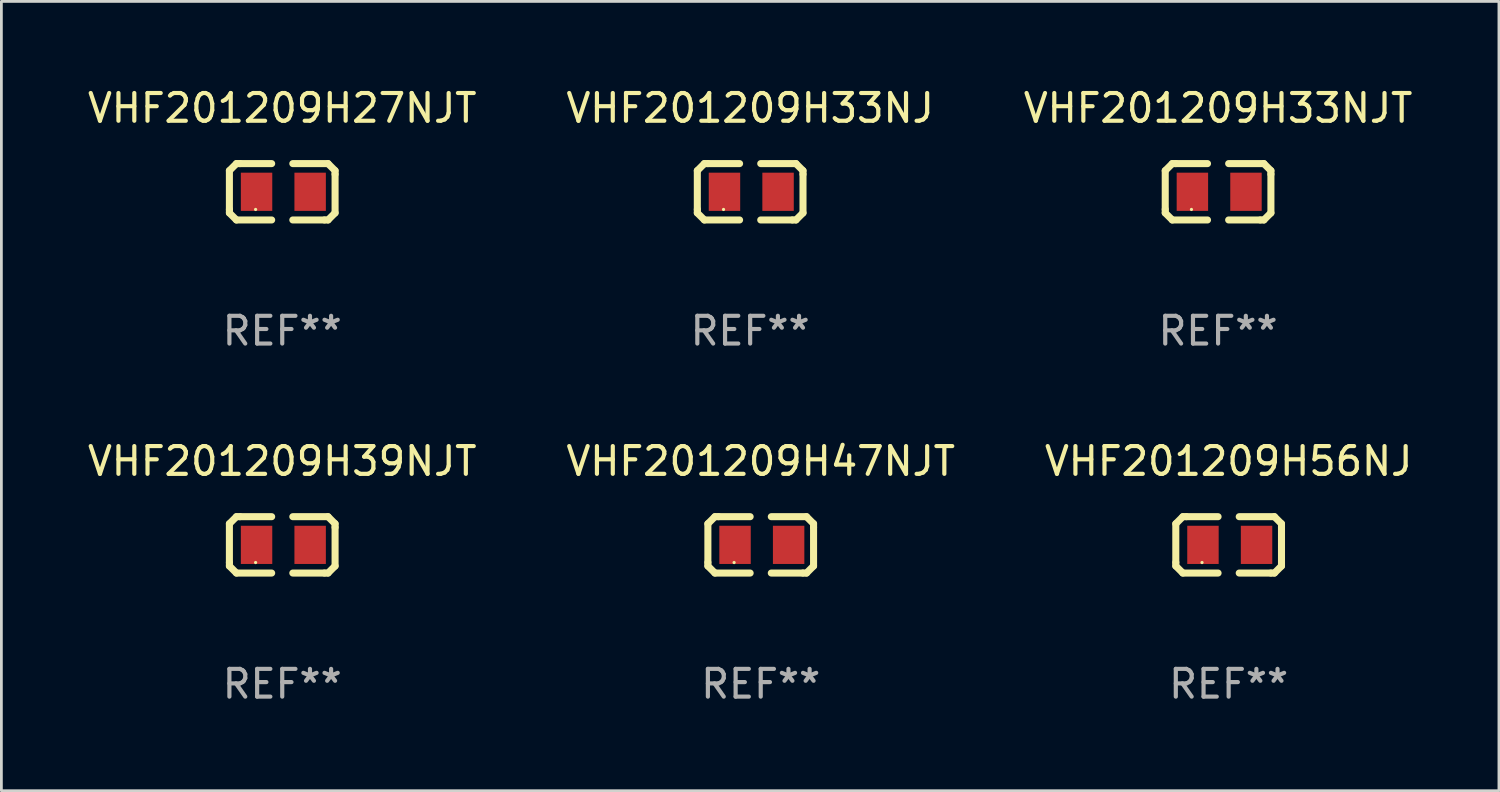
<source format=kicad_pcb>
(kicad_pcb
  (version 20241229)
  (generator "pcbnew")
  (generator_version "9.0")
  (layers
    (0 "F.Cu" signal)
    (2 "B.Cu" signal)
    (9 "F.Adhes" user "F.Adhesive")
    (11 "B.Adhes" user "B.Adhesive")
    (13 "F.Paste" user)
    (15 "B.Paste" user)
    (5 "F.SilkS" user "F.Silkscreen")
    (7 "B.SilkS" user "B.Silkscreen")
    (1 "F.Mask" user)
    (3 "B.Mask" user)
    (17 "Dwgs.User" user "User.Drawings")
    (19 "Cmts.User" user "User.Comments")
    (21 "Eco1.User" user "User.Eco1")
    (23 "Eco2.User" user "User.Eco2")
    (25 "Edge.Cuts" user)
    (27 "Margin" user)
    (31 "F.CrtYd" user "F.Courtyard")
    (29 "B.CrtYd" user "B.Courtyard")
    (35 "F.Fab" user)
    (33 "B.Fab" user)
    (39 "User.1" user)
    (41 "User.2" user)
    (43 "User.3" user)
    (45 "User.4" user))
  (footprint "VHF201209H27NJT"
    (layer "F.Cu")
    (at 7.125 3.864)
    (property "Reference" "VHF201209H27NJT" (at 0 -3.016 0) (layer "F.SilkS") (effects (font (size 1 1) (thickness 0.15))))
    (attr through_hole)
    (fp_line (start -1.905 -0.762) (end -1.905 0.635) (stroke (width 0.254) (type solid)) (layer "F.SilkS"))
    (fp_line (start -1.905 0.635) (end -1.905 0.762) (stroke (width 0.254) (type solid)) (layer "F.SilkS"))
    (fp_line (start -1.905 0.762) (end -1.651 1.016) (stroke (width 0.254) (type solid)) (layer "F.SilkS"))
    (fp_line (start -1.651 -1.016) (end -1.905 -0.762) (stroke (width 0.254) (type solid)) (layer "F.SilkS"))
    (fp_line (start -1.651 1.016) (end -0.381 1.016) (stroke (width 0.254) (type solid)) (layer "F.SilkS"))
    (fp_line (start -1.524 -1.016) (end -1.651 -1.016) (stroke (width 0.254) (type solid)) (layer "F.SilkS"))
    (fp_line (start -0.381 -1.016) (end -1.524 -1.016) (stroke (width 0.254) (type solid)) (layer "F.SilkS"))
    (fp_line (start 0.381 1.016) (end 1.524 1.016) (stroke (width 0.254) (type solid)) (layer "F.SilkS"))
    (fp_line (start 1.524 1.016) (end 1.651 1.016) (stroke (width 0.254) (type solid)) (layer "F.SilkS"))
    (fp_line (start 1.651 -1.016) (end 0.381 -1.016) (stroke (width 0.254) (type solid)) (layer "F.SilkS"))
    (fp_line (start 1.651 1.016) (end 1.905 0.762) (stroke (width 0.254) (type solid)) (layer "F.SilkS"))
    (fp_line (start 1.905 -0.762) (end 1.651 -1.016) (stroke (width 0.254) (type solid)) (layer "F.SilkS"))
    (fp_line (start 1.905 -0.635) (end 1.905 -0.762) (stroke (width 0.254) (type solid)) (layer "F.SilkS"))
    (fp_line (start 1.905 0.762) (end 1.905 -0.635) (stroke (width 0.254) (type solid)) (layer "F.SilkS"))
    (fp_circle (center -0.96 0.637) (end -0.93 0.637) (stroke (width 0.06) (type solid)) (fill no) (layer "F.SilkS"))
    (fp_text user "REF**" (at 0 5.016 0) (layer "F.Fab") (effects (font (size 1 1) (thickness 0.15))))
    (pad "1" smd rect (at -0.926 -0.000051) (size 1.133 1.377) (layers "F.Cu" "F.Mask" "F.Paste"))
    (pad "2" smd rect (at 1.006 -0.000051) (size 1.133 1.377) (layers "F.Cu" "F.Mask" "F.Paste")))
  (footprint "VHF201209H47NJT"
    (layer "F.Cu")
    (at 24.375 16.593)
    (property "Reference" "VHF201209H47NJT" (at 0 -3.016 0) (layer "F.SilkS") (effects (font (size 1 1) (thickness 0.15))))
    (attr through_hole)
    (fp_line (start -1.905 -0.762) (end -1.905 0.635) (stroke (width 0.254) (type solid)) (layer "F.SilkS"))
    (fp_line (start -1.905 0.635) (end -1.905 0.762) (stroke (width 0.254) (type solid)) (layer "F.SilkS"))
    (fp_line (start -1.905 0.762) (end -1.651 1.016) (stroke (width 0.254) (type solid)) (layer "F.SilkS"))
    (fp_line (start -1.651 -1.016) (end -1.905 -0.762) (stroke (width 0.254) (type solid)) (layer "F.SilkS"))
    (fp_line (start -1.651 1.016) (end -0.381 1.016) (stroke (width 0.254) (type solid)) (layer "F.SilkS"))
    (fp_line (start -1.524 -1.016) (end -1.651 -1.016) (stroke (width 0.254) (type solid)) (layer "F.SilkS"))
    (fp_line (start -0.381 -1.016) (end -1.524 -1.016) (stroke (width 0.254) (type solid)) (layer "F.SilkS"))
    (fp_line (start 0.381 1.016) (end 1.524 1.016) (stroke (width 0.254) (type solid)) (layer "F.SilkS"))
    (fp_line (start 1.524 1.016) (end 1.651 1.016) (stroke (width 0.254) (type solid)) (layer "F.SilkS"))
    (fp_line (start 1.651 -1.016) (end 0.381 -1.016) (stroke (width 0.254) (type solid)) (layer "F.SilkS"))
    (fp_line (start 1.651 1.016) (end 1.905 0.762) (stroke (width 0.254) (type solid)) (layer "F.SilkS"))
    (fp_line (start 1.905 -0.762) (end 1.651 -1.016) (stroke (width 0.254) (type solid)) (layer "F.SilkS"))
    (fp_line (start 1.905 -0.635) (end 1.905 -0.762) (stroke (width 0.254) (type solid)) (layer "F.SilkS"))
    (fp_line (start 1.905 0.762) (end 1.905 -0.635) (stroke (width 0.254) (type solid)) (layer "F.SilkS"))
    (fp_circle (center -0.96 0.637) (end -0.93 0.637) (stroke (width 0.06) (type solid)) (fill no) (layer "F.SilkS"))
    (fp_text user "REF**" (at 0 5.016 0) (layer "F.Fab") (effects (font (size 1 1) (thickness 0.15))))
    (pad "1" smd rect (at -0.926 -0.000051) (size 1.133 1.377) (layers "F.Cu" "F.Mask" "F.Paste"))
    (pad "2" smd rect (at 1.006 -0.000051) (size 1.133 1.377) (layers "F.Cu" "F.Mask" "F.Paste")))
  (footprint "VHF201209H33NJ"
    (layer "F.Cu")
    (at 23.994 3.864)
    (property "Reference" "VHF201209H33NJ" (at 0 -3.016 0) (layer "F.SilkS") (effects (font (size 1 1) (thickness 0.15))))
    (attr through_hole)
    (fp_line (start -1.905 -0.762) (end -1.905 0.635) (stroke (width 0.254) (type solid)) (layer "F.SilkS"))
    (fp_line (start -1.905 0.635) (end -1.905 0.762) (stroke (width 0.254) (type solid)) (layer "F.SilkS"))
    (fp_line (start -1.905 0.762) (end -1.651 1.016) (stroke (width 0.254) (type solid)) (layer "F.SilkS"))
    (fp_line (start -1.651 -1.016) (end -1.905 -0.762) (stroke (width 0.254) (type solid)) (layer "F.SilkS"))
    (fp_line (start -1.651 1.016) (end -0.381 1.016) (stroke (width 0.254) (type solid)) (layer "F.SilkS"))
    (fp_line (start -1.524 -1.016) (end -1.651 -1.016) (stroke (width 0.254) (type solid)) (layer "F.SilkS"))
    (fp_line (start -0.381 -1.016) (end -1.524 -1.016) (stroke (width 0.254) (type solid)) (layer "F.SilkS"))
    (fp_line (start 0.381 1.016) (end 1.524 1.016) (stroke (width 0.254) (type solid)) (layer "F.SilkS"))
    (fp_line (start 1.524 1.016) (end 1.651 1.016) (stroke (width 0.254) (type solid)) (layer "F.SilkS"))
    (fp_line (start 1.651 -1.016) (end 0.381 -1.016) (stroke (width 0.254) (type solid)) (layer "F.SilkS"))
    (fp_line (start 1.651 1.016) (end 1.905 0.762) (stroke (width 0.254) (type solid)) (layer "F.SilkS"))
    (fp_line (start 1.905 -0.762) (end 1.651 -1.016) (stroke (width 0.254) (type solid)) (layer "F.SilkS"))
    (fp_line (start 1.905 -0.635) (end 1.905 -0.762) (stroke (width 0.254) (type solid)) (layer "F.SilkS"))
    (fp_line (start 1.905 0.762) (end 1.905 -0.635) (stroke (width 0.254) (type solid)) (layer "F.SilkS"))
    (fp_circle (center -0.96 0.637) (end -0.93 0.637) (stroke (width 0.06) (type solid)) (fill no) (layer "F.SilkS"))
    (fp_text user "REF**" (at 0 5.016 0) (layer "F.Fab") (effects (font (size 1 1) (thickness 0.15))))
    (pad "1" smd rect (at -0.926 -0.000051) (size 1.133 1.377) (layers "F.Cu" "F.Mask" "F.Paste"))
    (pad "2" smd rect (at 1.006 -0.000051) (size 1.133 1.377) (layers "F.Cu" "F.Mask" "F.Paste")))
  (footprint "VHF201209H56NJ"
    (layer "F.Cu")
    (at 41.244 16.593)
    (property "Reference" "VHF201209H56NJ" (at 0 -3.016 0) (layer "F.SilkS") (effects (font (size 1 1) (thickness 0.15))))
    (attr through_hole)
    (fp_line (start -1.905 -0.762) (end -1.905 0.635) (stroke (width 0.254) (type solid)) (layer "F.SilkS"))
    (fp_line (start -1.905 0.635) (end -1.905 0.762) (stroke (width 0.254) (type solid)) (layer "F.SilkS"))
    (fp_line (start -1.905 0.762) (end -1.651 1.016) (stroke (width 0.254) (type solid)) (layer "F.SilkS"))
    (fp_line (start -1.651 -1.016) (end -1.905 -0.762) (stroke (width 0.254) (type solid)) (layer "F.SilkS"))
    (fp_line (start -1.651 1.016) (end -0.381 1.016) (stroke (width 0.254) (type solid)) (layer "F.SilkS"))
    (fp_line (start -1.524 -1.016) (end -1.651 -1.016) (stroke (width 0.254) (type solid)) (layer "F.SilkS"))
    (fp_line (start -0.381 -1.016) (end -1.524 -1.016) (stroke (width 0.254) (type solid)) (layer "F.SilkS"))
    (fp_line (start 0.381 1.016) (end 1.524 1.016) (stroke (width 0.254) (type solid)) (layer "F.SilkS"))
    (fp_line (start 1.524 1.016) (end 1.651 1.016) (stroke (width 0.254) (type solid)) (layer "F.SilkS"))
    (fp_line (start 1.651 -1.016) (end 0.381 -1.016) (stroke (width 0.254) (type solid)) (layer "F.SilkS"))
    (fp_line (start 1.651 1.016) (end 1.905 0.762) (stroke (width 0.254) (type solid)) (layer "F.SilkS"))
    (fp_line (start 1.905 -0.762) (end 1.651 -1.016) (stroke (width 0.254) (type solid)) (layer "F.SilkS"))
    (fp_line (start 1.905 -0.635) (end 1.905 -0.762) (stroke (width 0.254) (type solid)) (layer "F.SilkS"))
    (fp_line (start 1.905 0.762) (end 1.905 -0.635) (stroke (width 0.254) (type solid)) (layer "F.SilkS"))
    (fp_circle (center -0.96 0.637) (end -0.93 0.637) (stroke (width 0.06) (type solid)) (fill no) (layer "F.SilkS"))
    (fp_text user "REF**" (at 0 5.016 0) (layer "F.Fab") (effects (font (size 1 1) (thickness 0.15))))
    (pad "1" smd rect (at -0.926 -0.000051) (size 1.133 1.377) (layers "F.Cu" "F.Mask" "F.Paste"))
    (pad "2" smd rect (at 1.006 -0.000051) (size 1.133 1.377) (layers "F.Cu" "F.Mask" "F.Paste")))
  (footprint "VHF201209H33NJT"
    (layer "F.Cu")
    (at 40.863 3.864)
    (property "Reference" "VHF201209H33NJT" (at 0 -3.016 0) (layer "F.SilkS") (effects (font (size 1 1) (thickness 0.15))))
    (attr through_hole)
    (fp_line (start -1.905 -0.762) (end -1.905 0.635) (stroke (width 0.254) (type solid)) (layer "F.SilkS"))
    (fp_line (start -1.905 0.635) (end -1.905 0.762) (stroke (width 0.254) (type solid)) (layer "F.SilkS"))
    (fp_line (start -1.905 0.762) (end -1.651 1.016) (stroke (width 0.254) (type solid)) (layer "F.SilkS"))
    (fp_line (start -1.651 -1.016) (end -1.905 -0.762) (stroke (width 0.254) (type solid)) (layer "F.SilkS"))
    (fp_line (start -1.651 1.016) (end -0.381 1.016) (stroke (width 0.254) (type solid)) (layer "F.SilkS"))
    (fp_line (start -1.524 -1.016) (end -1.651 -1.016) (stroke (width 0.254) (type solid)) (layer "F.SilkS"))
    (fp_line (start -0.381 -1.016) (end -1.524 -1.016) (stroke (width 0.254) (type solid)) (layer "F.SilkS"))
    (fp_line (start 0.381 1.016) (end 1.524 1.016) (stroke (width 0.254) (type solid)) (layer "F.SilkS"))
    (fp_line (start 1.524 1.016) (end 1.651 1.016) (stroke (width 0.254) (type solid)) (layer "F.SilkS"))
    (fp_line (start 1.651 -1.016) (end 0.381 -1.016) (stroke (width 0.254) (type solid)) (layer "F.SilkS"))
    (fp_line (start 1.651 1.016) (end 1.905 0.762) (stroke (width 0.254) (type solid)) (layer "F.SilkS"))
    (fp_line (start 1.905 -0.762) (end 1.651 -1.016) (stroke (width 0.254) (type solid)) (layer "F.SilkS"))
    (fp_line (start 1.905 -0.635) (end 1.905 -0.762) (stroke (width 0.254) (type solid)) (layer "F.SilkS"))
    (fp_line (start 1.905 0.762) (end 1.905 -0.635) (stroke (width 0.254) (type solid)) (layer "F.SilkS"))
    (fp_circle (center -0.96 0.637) (end -0.93 0.637) (stroke (width 0.06) (type solid)) (fill no) (layer "F.SilkS"))
    (fp_text user "REF**" (at 0 5.016 0) (layer "F.Fab") (effects (font (size 1 1) (thickness 0.15))))
    (pad "1" smd rect (at -0.926 -0.000051) (size 1.133 1.377) (layers "F.Cu" "F.Mask" "F.Paste"))
    (pad "2" smd rect (at 1.006 -0.000051) (size 1.133 1.377) (layers "F.Cu" "F.Mask" "F.Paste")))
  (footprint "VHF201209H39NJT"
    (layer "F.Cu")
    (at 7.125 16.593)
    (property "Reference" "VHF201209H39NJT" (at 0 -3.016 0) (layer "F.SilkS") (effects (font (size 1 1) (thickness 0.15))))
    (attr through_hole)
    (fp_line (start -1.905 -0.762) (end -1.905 0.635) (stroke (width 0.254) (type solid)) (layer "F.SilkS"))
    (fp_line (start -1.905 0.635) (end -1.905 0.762) (stroke (width 0.254) (type solid)) (layer "F.SilkS"))
    (fp_line (start -1.905 0.762) (end -1.651 1.016) (stroke (width 0.254) (type solid)) (layer "F.SilkS"))
    (fp_line (start -1.651 -1.016) (end -1.905 -0.762) (stroke (width 0.254) (type solid)) (layer "F.SilkS"))
    (fp_line (start -1.651 1.016) (end -0.381 1.016) (stroke (width 0.254) (type solid)) (layer "F.SilkS"))
    (fp_line (start -1.524 -1.016) (end -1.651 -1.016) (stroke (width 0.254) (type solid)) (layer "F.SilkS"))
    (fp_line (start -0.381 -1.016) (end -1.524 -1.016) (stroke (width 0.254) (type solid)) (layer "F.SilkS"))
    (fp_line (start 0.381 1.016) (end 1.524 1.016) (stroke (width 0.254) (type solid)) (layer "F.SilkS"))
    (fp_line (start 1.524 1.016) (end 1.651 1.016) (stroke (width 0.254) (type solid)) (layer "F.SilkS"))
    (fp_line (start 1.651 -1.016) (end 0.381 -1.016) (stroke (width 0.254) (type solid)) (layer "F.SilkS"))
    (fp_line (start 1.651 1.016) (end 1.905 0.762) (stroke (width 0.254) (type solid)) (layer "F.SilkS"))
    (fp_line (start 1.905 -0.762) (end 1.651 -1.016) (stroke (width 0.254) (type solid)) (layer "F.SilkS"))
    (fp_line (start 1.905 -0.635) (end 1.905 -0.762) (stroke (width 0.254) (type solid)) (layer "F.SilkS"))
    (fp_line (start 1.905 0.762) (end 1.905 -0.635) (stroke (width 0.254) (type solid)) (layer "F.SilkS"))
    (fp_circle (center -0.96 0.637) (end -0.93 0.637) (stroke (width 0.06) (type solid)) (fill no) (layer "F.SilkS"))
    (fp_text user "REF**" (at 0 5.016 0) (layer "F.Fab") (effects (font (size 1 1) (thickness 0.15))))
    (pad "1" smd rect (at -0.926 -0.000051) (size 1.133 1.377) (layers "F.Cu" "F.Mask" "F.Paste"))
    (pad "2" smd rect (at 1.006 -0.000051) (size 1.133 1.377) (layers "F.Cu" "F.Mask" "F.Paste")))
  (gr_rect
    (start -3 -3)
    (end 50.988 25.457)
    (stroke (width 0.1) (type default))
    (fill no)
    (layer "Edge.Cuts")))
</source>
